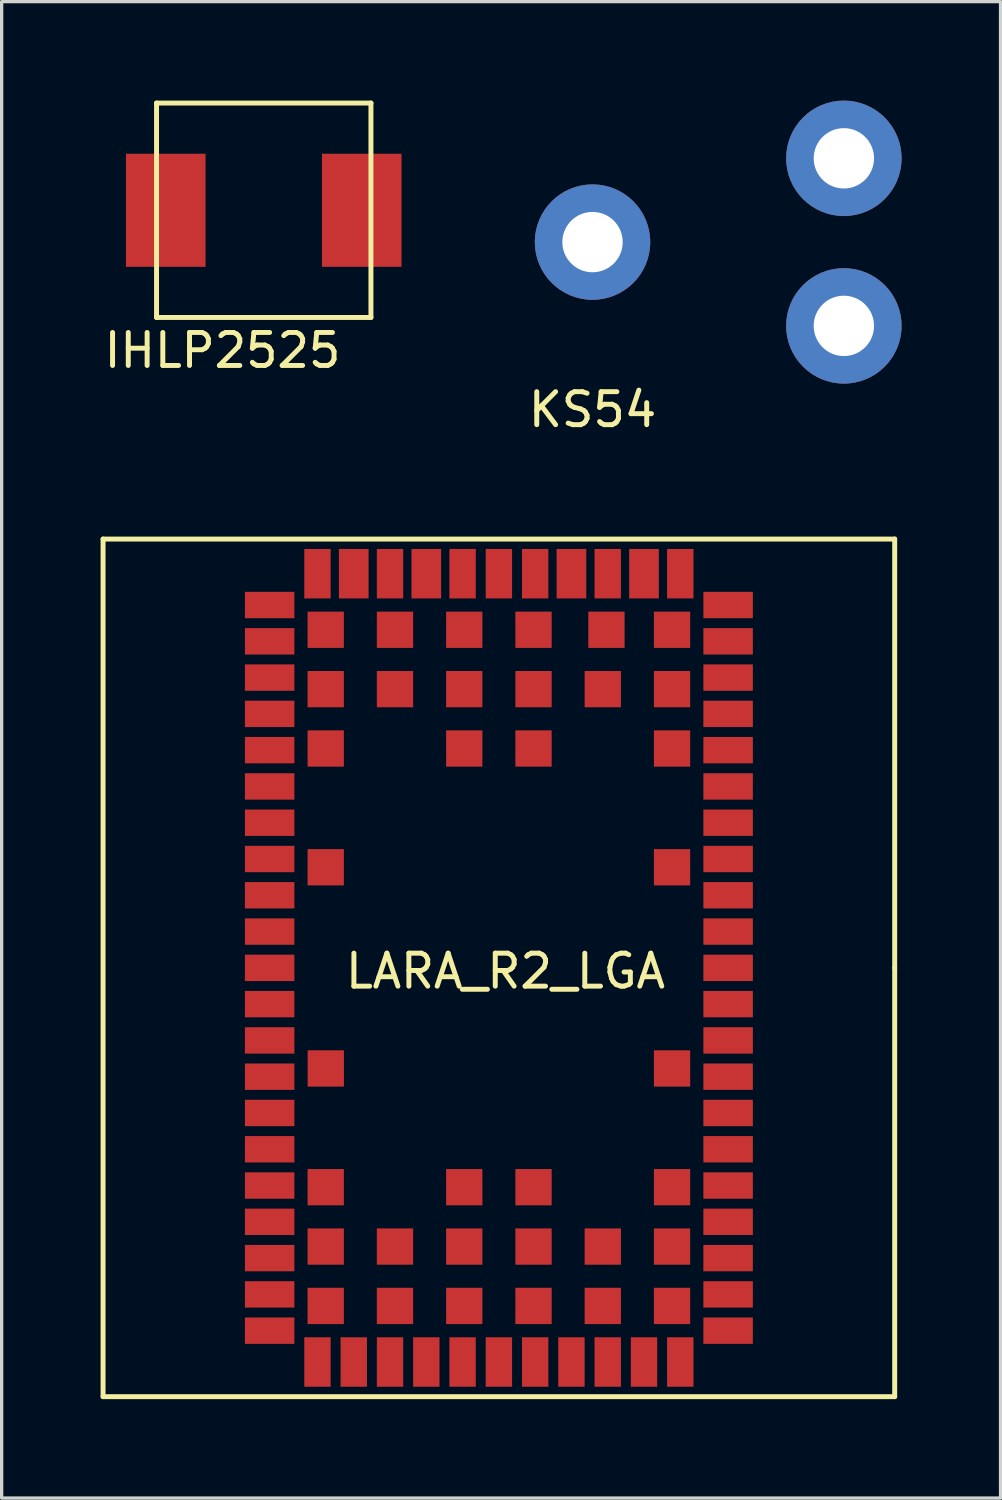
<source format=kicad_pcb>
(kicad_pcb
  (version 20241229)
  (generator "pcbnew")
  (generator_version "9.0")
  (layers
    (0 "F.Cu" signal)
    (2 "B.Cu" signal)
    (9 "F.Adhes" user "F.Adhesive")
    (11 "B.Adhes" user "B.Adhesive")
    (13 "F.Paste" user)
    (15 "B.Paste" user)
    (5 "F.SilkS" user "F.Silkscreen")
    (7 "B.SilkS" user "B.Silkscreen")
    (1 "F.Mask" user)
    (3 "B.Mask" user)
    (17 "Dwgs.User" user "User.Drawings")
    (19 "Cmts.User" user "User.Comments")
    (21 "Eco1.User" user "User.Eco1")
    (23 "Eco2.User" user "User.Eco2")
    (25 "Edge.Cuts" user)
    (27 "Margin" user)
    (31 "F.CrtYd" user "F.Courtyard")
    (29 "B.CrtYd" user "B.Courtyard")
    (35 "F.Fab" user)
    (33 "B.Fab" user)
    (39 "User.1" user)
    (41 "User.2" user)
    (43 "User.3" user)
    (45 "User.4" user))
  (footprint "KS54"
    (layer "F.Cu")
    (at 12.374 9.37)
    (property "Reference" "KS54" (at 2.54 0 0) (layer "F.SilkS") (effects (font (size 1 1) (thickness 0.15))))
    (attr through_hole)
    (pad "1" thru_hole circle (at 2.54 -5.08) (size 3.5 3.5) (drill 1.83) (layers "*.Cu" "*.Mask"))
    (pad "2" thru_hole circle (at 10.16 -7.62) (size 3.5 3.5) (drill 1.83) (layers "*.Cu" "*.Mask"))
    (pad "3" thru_hole circle (at 10.16 -2.54) (size 3.5 3.5) (drill 1.83) (layers "*.Cu" "*.Mask")))
  (footprint "LARA_R2_LGA"
    (layer "F.Cu")
    (at 12.075 26.293)
    (property "Reference" "LARA_R2_LGA" (at 0.2 0.1 0) (layer "F.SilkS") (effects (font (size 1 1) (thickness 0.15))))
    (attr through_hole)
    (fp_line (start -12 -13) (end -12 13) (stroke (width 0.15) (type solid)) (layer "F.SilkS"))
    (fp_line (start -12 13) (end 12 13) (stroke (width 0.15) (type solid)) (layer "F.SilkS"))
    (fp_line (start 12 -13) (end -12 -13) (stroke (width 0.15) (type solid)) (layer "F.SilkS"))
    (fp_line (start 12 0) (end 12 -13) (stroke (width 0.15) (type solid)) (layer "F.SilkS"))
    (fp_line (start 12 13) (end 12 0) (stroke (width 0.15) (type solid)) (layer "F.SilkS"))
    (pad "1" smd rect (at -6.95 -11 90) (size 0.8 1.5) (layers "F.Cu" "F.Mask" "F.Paste"))
    (pad "2" smd rect (at -6.95 -9.9 90) (size 0.8 1.5) (layers "F.Cu" "F.Mask" "F.Paste"))
    (pad "3" smd rect (at -6.95 -8.8 90) (size 0.8 1.5) (layers "F.Cu" "F.Mask" "F.Paste"))
    (pad "4" smd rect (at -6.95 -7.7 90) (size 0.8 1.5) (layers "F.Cu" "F.Mask" "F.Paste"))
    (pad "5" smd rect (at -6.95 -6.6 90) (size 0.8 1.5) (layers "F.Cu" "F.Mask" "F.Paste"))
    (pad "6" smd rect (at -6.95 -5.5 90) (size 0.8 1.5) (layers "F.Cu" "F.Mask" "F.Paste"))
    (pad "7" smd rect (at -6.95 -4.4 90) (size 0.8 1.5) (layers "F.Cu" "F.Mask" "F.Paste"))
    (pad "8" smd rect (at -6.95 -3.3 90) (size 0.8 1.5) (layers "F.Cu" "F.Mask" "F.Paste"))
    (pad "9" smd rect (at -6.95 -2.2 90) (size 0.8 1.5) (layers "F.Cu" "F.Mask" "F.Paste"))
    (pad "10" smd rect (at -6.95 -1.1 90) (size 0.8 1.5) (layers "F.Cu" "F.Mask" "F.Paste"))
    (pad "11" smd rect (at -6.95 0 90) (size 0.8 1.5) (layers "F.Cu" "F.Mask" "F.Paste"))
    (pad "12" smd rect (at -6.95 1.1 90) (size 0.8 1.5) (layers "F.Cu" "F.Mask" "F.Paste"))
    (pad "13" smd rect (at -6.95 2.2 90) (size 0.8 1.5) (layers "F.Cu" "F.Mask" "F.Paste"))
    (pad "14" smd rect (at -6.95 3.3 90) (size 0.8 1.5) (layers "F.Cu" "F.Mask" "F.Paste"))
    (pad "15" smd rect (at -6.95 4.4 90) (size 0.8 1.5) (layers "F.Cu" "F.Mask" "F.Paste"))
    (pad "16" smd rect (at -6.95 5.5 90) (size 0.8 1.5) (layers "F.Cu" "F.Mask" "F.Paste"))
    (pad "17" smd rect (at -6.95 6.6 90) (size 0.8 1.5) (layers "F.Cu" "F.Mask" "F.Paste"))
    (pad "18" smd rect (at -6.95 7.7 90) (size 0.8 1.5) (layers "F.Cu" "F.Mask" "F.Paste"))
    (pad "19" smd rect (at -6.95 8.8 90) (size 0.8 1.5) (layers "F.Cu" "F.Mask" "F.Paste"))
    (pad "20" smd rect (at -6.95 9.9 90) (size 0.8 1.5) (layers "F.Cu" "F.Mask" "F.Paste"))
    (pad "21" smd rect (at -6.95 11 90) (size 0.8 1.5) (layers "F.Cu" "F.Mask" "F.Paste"))
    (pad "22" smd rect (at -5.5 11.95 180) (size 0.8 1.5) (layers "F.Cu" "F.Mask" "F.Paste"))
    (pad "23" smd rect (at -4.4 11.95) (size 0.8 1.5) (layers "F.Cu" "F.Mask" "F.Paste"))
    (pad "24" smd rect (at -3.3 11.95) (size 0.8 1.5) (layers "F.Cu" "F.Mask" "F.Paste"))
    (pad "25" smd rect (at -2.2 11.95) (size 0.8 1.5) (layers "F.Cu" "F.Mask" "F.Paste"))
    (pad "26" smd rect (at -1.1 11.95) (size 0.8 1.5) (layers "F.Cu" "F.Mask" "F.Paste"))
    (pad "27" smd rect (at 0 11.95) (size 0.8 1.5) (layers "F.Cu" "F.Mask" "F.Paste"))
    (pad "28" smd rect (at 1.1 11.95) (size 0.8 1.5) (layers "F.Cu" "F.Mask" "F.Paste"))
    (pad "29" smd rect (at 2.2 11.95) (size 0.8 1.5) (layers "F.Cu" "F.Mask" "F.Paste"))
    (pad "30" smd rect (at 3.3 11.95) (size 0.8 1.5) (layers "F.Cu" "F.Mask" "F.Paste"))
    (pad "31" smd rect (at 4.4 11.95) (size 0.8 1.5) (layers "F.Cu" "F.Mask" "F.Paste"))
    (pad "32" smd rect (at 5.5 11.95) (size 0.8 1.5) (layers "F.Cu" "F.Mask" "F.Paste"))
    (pad "33" smd rect (at 6.95 11 90) (size 0.8 1.5) (layers "F.Cu" "F.Mask" "F.Paste"))
    (pad "34" smd rect (at 6.95 9.9 90) (size 0.8 1.5) (layers "F.Cu" "F.Mask" "F.Paste"))
    (pad "35" smd rect (at 6.95 8.8 90) (size 0.8 1.5) (layers "F.Cu" "F.Mask" "F.Paste"))
    (pad "36" smd rect (at 6.95 7.7 90) (size 0.8 1.5) (layers "F.Cu" "F.Mask" "F.Paste"))
    (pad "37" smd rect (at 6.95 6.6 90) (size 0.8 1.5) (layers "F.Cu" "F.Mask" "F.Paste"))
    (pad "38" smd rect (at 6.95 5.5 90) (size 0.8 1.5) (layers "F.Cu" "F.Mask" "F.Paste"))
    (pad "39" smd rect (at 6.95 4.4 90) (size 0.8 1.5) (layers "F.Cu" "F.Mask" "F.Paste"))
    (pad "40" smd rect (at 6.95 3.3 90) (size 0.8 1.5) (layers "F.Cu" "F.Mask" "F.Paste"))
    (pad "41" smd rect (at 6.95 2.2 90) (size 0.8 1.5) (layers "F.Cu" "F.Mask" "F.Paste"))
    (pad "42" smd rect (at 6.95 1.1 90) (size 0.8 1.5) (layers "F.Cu" "F.Mask" "F.Paste"))
    (pad "43" smd rect (at 6.95 0 90) (size 0.8 1.5) (layers "F.Cu" "F.Mask" "F.Paste"))
    (pad "44" smd rect (at 6.95 -1.1 90) (size 0.8 1.5) (layers "F.Cu" "F.Mask" "F.Paste"))
    (pad "45" smd rect (at 6.95 -2.2 90) (size 0.8 1.5) (layers "F.Cu" "F.Mask" "F.Paste"))
    (pad "46" smd rect (at 6.95 -3.3 90) (size 0.8 1.5) (layers "F.Cu" "F.Mask" "F.Paste"))
    (pad "47" smd rect (at 6.95 -4.4 90) (size 0.8 1.5) (layers "F.Cu" "F.Mask" "F.Paste"))
    (pad "48" smd rect (at 6.95 -5.5 90) (size 0.8 1.5) (layers "F.Cu" "F.Mask" "F.Paste"))
    (pad "49" smd rect (at 6.95 -6.6 90) (size 0.8 1.5) (layers "F.Cu" "F.Mask" "F.Paste"))
    (pad "50" smd rect (at 6.95 -7.7 90) (size 0.8 1.5) (layers "F.Cu" "F.Mask" "F.Paste"))
    (pad "51" smd rect (at 6.95 -8.8 90) (size 0.8 1.5) (layers "F.Cu" "F.Mask" "F.Paste"))
    (pad "52" smd rect (at 6.95 -9.9 90) (size 0.8 1.5) (layers "F.Cu" "F.Mask" "F.Paste"))
    (pad "53" smd rect (at 6.95 -11 90) (size 0.8 1.5) (layers "F.Cu" "F.Mask" "F.Paste"))
    (pad "54" smd rect (at 5.5 -11.95 180) (size 0.8 1.5) (layers "F.Cu" "F.Mask" "F.Paste"))
    (pad "55" smd rect (at 4.4 -11.95 180) (size 0.9 1.5) (layers "F.Cu" "F.Mask" "F.Paste"))
    (pad "56" smd rect (at 3.3 -11.95) (size 0.8 1.5) (layers "F.Cu" "F.Mask" "F.Paste"))
    (pad "57" smd rect (at 2.2 -11.95) (size 0.9 1.5) (layers "F.Cu" "F.Mask" "F.Paste"))
    (pad "58" smd rect (at 1.1 -11.95) (size 0.8 1.5) (layers "F.Cu" "F.Mask" "F.Paste"))
    (pad "59" smd rect (at 0 -11.95) (size 0.8 1.5) (layers "F.Cu" "F.Mask" "F.Paste"))
    (pad "60" smd rect (at -1.1 -11.95) (size 0.8 1.5) (layers "F.Cu" "F.Mask" "F.Paste"))
    (pad "61" smd rect (at -2.2 -11.95) (size 0.9 1.5) (layers "F.Cu" "F.Mask" "F.Paste"))
    (pad "62" smd rect (at -3.3 -11.95) (size 0.8 1.5) (layers "F.Cu" "F.Mask" "F.Paste"))
    (pad "63" smd rect (at -4.4 -11.95) (size 0.9 1.5) (layers "F.Cu" "F.Mask" "F.Paste"))
    (pad "64" smd rect (at -5.5 -11.95) (size 0.8 1.5) (layers "F.Cu" "F.Mask" "F.Paste"))
    (pad "65" smd rect (at -5.25 -10.25) (size 1.1 1.1) (layers "F.Cu" "F.Mask" "F.Paste"))
    (pad "66" smd rect (at -3.15 -10.25) (size 1.1 1.1) (layers "F.Cu" "F.Mask" "F.Paste"))
    (pad "67" smd rect (at -1.05 -10.25) (size 1.1 1.1) (layers "F.Cu" "F.Mask" "F.Paste"))
    (pad "68" smd rect (at 1.05 -10.25) (size 1.1 1.1) (layers "F.Cu" "F.Mask" "F.Paste"))
    (pad "69" smd rect (at 3.261 -10.25) (size 1.1 1.1) (layers "F.Cu" "F.Mask" "F.Paste"))
    (pad "70" smd rect (at 5.25 -10.25) (size 1.1 1.1) (layers "F.Cu" "F.Mask" "F.Paste"))
    (pad "71" smd rect (at -5.25 -8.45) (size 1.1 1.1) (layers "F.Cu" "F.Mask" "F.Paste"))
    (pad "72" smd rect (at -3.15 -8.45) (size 1.1 1.1) (layers "F.Cu" "F.Mask" "F.Paste"))
    (pad "73" smd rect (at -1.05 -8.45) (size 1.1 1.1) (layers "F.Cu" "F.Mask" "F.Paste"))
    (pad "74" smd rect (at 1.05 -8.45) (size 1.1 1.1) (layers "F.Cu" "F.Mask" "F.Paste"))
    (pad "75" smd rect (at 3.15 -8.45) (size 1.1 1.1) (layers "F.Cu" "F.Mask" "F.Paste"))
    (pad "76" smd rect (at 5.25 -8.45) (size 1.1 1.1) (layers "F.Cu" "F.Mask" "F.Paste"))
    (pad "77" smd rect (at -5.25 -6.65) (size 1.1 1.1) (layers "F.Cu" "F.Mask" "F.Paste"))
    (pad "78" smd rect (at 5.25 -6.65) (size 1.1 1.1) (layers "F.Cu" "F.Mask" "F.Paste"))
    (pad "79" smd rect (at -5.25 -3.05) (size 1.1 1.1) (layers "F.Cu" "F.Mask" "F.Paste"))
    (pad "80" smd rect (at 5.25 -3.05) (size 1.1 1.1) (layers "F.Cu" "F.Mask" "F.Paste"))
    (pad "81" smd rect (at -5.248 3.05) (size 1.1 1.1) (layers "F.Cu" "F.Mask" "F.Paste"))
    (pad "82" smd rect (at 5.25 3.05) (size 1.1 1.1) (layers "F.Cu" "F.Mask" "F.Paste"))
    (pad "83" smd rect (at -5.25 6.65) (size 1.1 1.1) (layers "F.Cu" "F.Mask" "F.Paste"))
    (pad "84" smd rect (at 5.25 6.65) (size 1.1 1.1) (layers "F.Cu" "F.Mask" "F.Paste"))
    (pad "85" smd rect (at -5.25 8.45) (size 1.1 1.1) (layers "F.Cu" "F.Mask" "F.Paste"))
    (pad "86" smd rect (at -3.15 8.45) (size 1.1 1.1) (layers "F.Cu" "F.Mask" "F.Paste"))
    (pad "87" smd rect (at -1.05 8.45) (size 1.1 1.1) (layers "F.Cu" "F.Mask" "F.Paste"))
    (pad "88" smd rect (at 1.05 8.45) (size 1.1 1.1) (layers "F.Cu" "F.Mask" "F.Paste"))
    (pad "89" smd rect (at 3.15 8.45) (size 1.1 1.1) (layers "F.Cu" "F.Mask" "F.Paste"))
    (pad "90" smd rect (at 5.25 8.45) (size 1.1 1.1) (layers "F.Cu" "F.Mask" "F.Paste"))
    (pad "91" smd rect (at -5.25 10.25) (size 1.1 1.1) (layers "F.Cu" "F.Mask" "F.Paste"))
    (pad "92" smd rect (at -3.15 10.25) (size 1.1 1.1) (layers "F.Cu" "F.Mask" "F.Paste"))
    (pad "93" smd rect (at -1.05 10.25) (size 1.1 1.1) (layers "F.Cu" "F.Mask" "F.Paste"))
    (pad "94" smd rect (at 1.05 10.25) (size 1.1 1.1) (layers "F.Cu" "F.Mask" "F.Paste"))
    (pad "95" smd rect (at 3.15 10.25) (size 1.1 1.1) (layers "F.Cu" "F.Mask" "F.Paste"))
    (pad "96" smd rect (at 5.25 10.25) (size 1.1 1.1) (layers "F.Cu" "F.Mask" "F.Paste"))
    (pad "97" smd rect (at -1.05 -6.65) (size 1.1 1.1) (layers "F.Cu" "F.Mask" "F.Paste"))
    (pad "98" smd rect (at 1.05 -6.65) (size 1.1 1.1) (layers "F.Cu" "F.Mask" "F.Paste"))
    (pad "99" smd rect (at -1.05 6.65) (size 1.1 1.1) (layers "F.Cu" "F.Mask" "F.Paste"))
    (pad "100" smd rect (at 1.05 6.65) (size 1.1 1.1) (layers "F.Cu" "F.Mask" "F.Paste")))
  (footprint "IHLP2525"
    (layer "F.Cu")
    (at 4.946 3.325)
    (property "Reference" "IHLP2525" (at -1.25 4.25 0) (layer "F.SilkS") (effects (font (size 1 1) (thickness 0.15))))
    (attr through_hole)
    (fp_line (start -3.25 -3.25) (end -3.25 3.25) (stroke (width 0.15) (type solid)) (layer "F.SilkS"))
    (fp_line (start -3.25 3.25) (end 3.25 3.25) (stroke (width 0.15) (type solid)) (layer "F.SilkS"))
    (fp_line (start 3.25 -3.25) (end -3.25 -3.25) (stroke (width 0.15) (type solid)) (layer "F.SilkS"))
    (fp_line (start 3.25 3.25) (end 3.25 -3.25) (stroke (width 0.15) (type solid)) (layer "F.SilkS"))
    (pad "1" smd rect (at -2.971 0) (size 2.413 3.429) (layers "F.Cu" "F.Mask" "F.Paste"))
    (pad "2" smd rect (at 2.971 0) (size 2.413 3.429) (layers "F.Cu" "F.Mask" "F.Paste")))
  (gr_rect
    (start -3 -3)
    (end 27.284 42.368)
    (stroke (width 0.1) (type default))
    (fill no)
    (layer "Edge.Cuts")))
</source>
